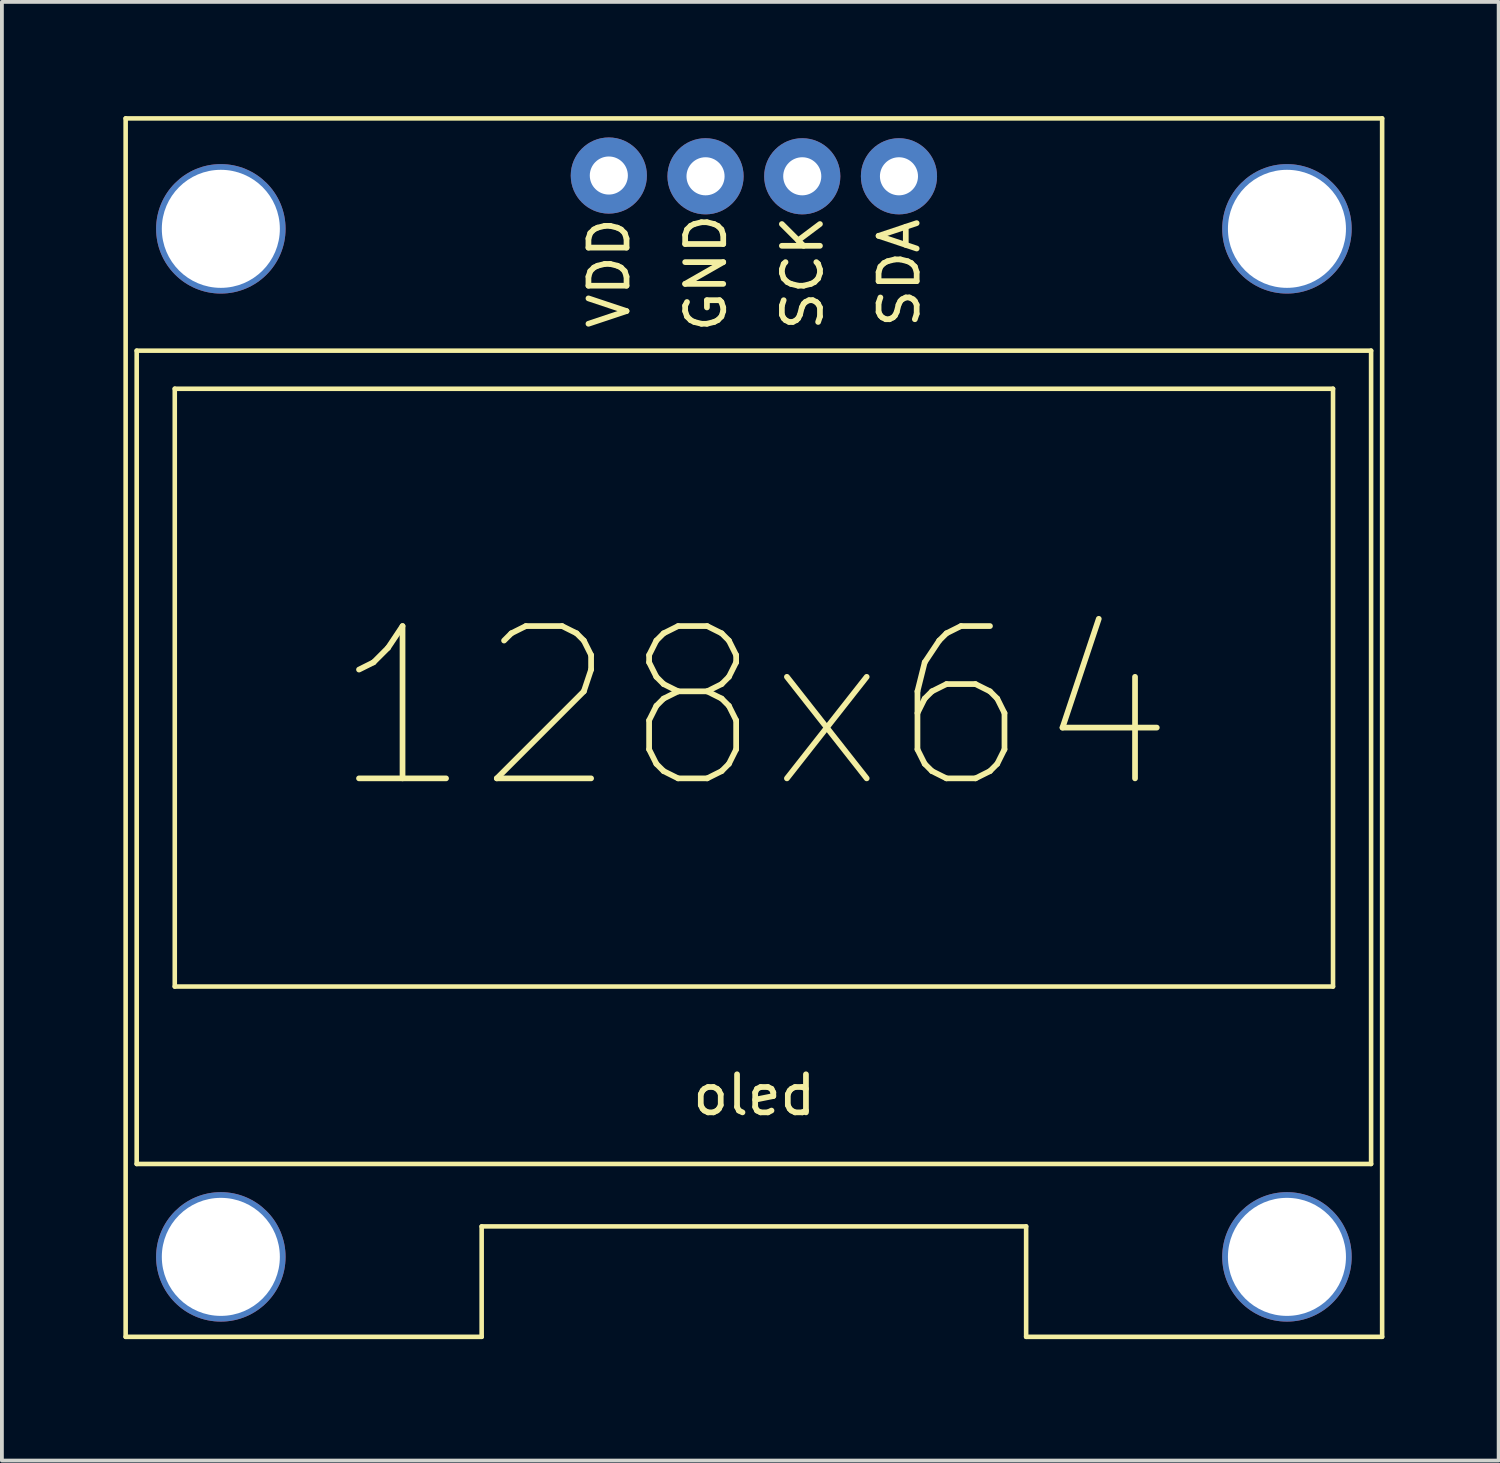
<source format=kicad_pcb>
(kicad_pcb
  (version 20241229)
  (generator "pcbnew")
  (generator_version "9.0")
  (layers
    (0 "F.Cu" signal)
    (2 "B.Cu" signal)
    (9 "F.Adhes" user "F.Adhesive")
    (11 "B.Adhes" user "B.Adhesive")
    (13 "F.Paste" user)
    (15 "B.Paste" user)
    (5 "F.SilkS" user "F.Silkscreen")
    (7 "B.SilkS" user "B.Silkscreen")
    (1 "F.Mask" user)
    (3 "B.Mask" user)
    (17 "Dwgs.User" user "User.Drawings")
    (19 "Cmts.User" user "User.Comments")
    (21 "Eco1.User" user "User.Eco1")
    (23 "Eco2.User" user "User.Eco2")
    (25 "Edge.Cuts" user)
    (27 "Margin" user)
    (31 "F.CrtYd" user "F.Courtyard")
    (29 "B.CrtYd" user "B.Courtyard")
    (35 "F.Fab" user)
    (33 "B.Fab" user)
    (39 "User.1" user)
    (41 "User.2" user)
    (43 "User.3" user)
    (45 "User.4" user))
  (footprint "oled"
    (layer "F.Cu")
    (at 0.25 32.06)
    (property "Reference" "oled" (at 16.51 -6.35 0) (layer "F.SilkS") (effects (font (size 1 1) (thickness 0.15))))
    (attr through_hole)
    (fp_line (start 0 -32) (end 0 0) (stroke (width 0.12) (type solid)) (layer "F.SilkS"))
    (fp_line (start 0 0) (end 9.35 0) (stroke (width 0.12) (type solid)) (layer "F.SilkS"))
    (fp_line (start 0.29 -25.9) (end 0.29 -4.54) (stroke (width 0.12) (type solid)) (layer "F.SilkS"))
    (fp_line (start 0.29 -4.54) (end 32.71 -4.54) (stroke (width 0.12) (type solid)) (layer "F.SilkS"))
    (fp_line (start 1.29 -24.9) (end 1.29 -9.2) (stroke (width 0.12) (type solid)) (layer "F.SilkS"))
    (fp_line (start 1.29 -9.2) (end 31.71 -9.2) (stroke (width 0.12) (type solid)) (layer "F.SilkS"))
    (fp_line (start 9.35 -2.9) (end 23.65 -2.9) (stroke (width 0.12) (type solid)) (layer "F.SilkS"))
    (fp_line (start 9.35 0) (end 9.35 -2.9) (stroke (width 0.12) (type solid)) (layer "F.SilkS"))
    (fp_line (start 23.65 -2.9) (end 23.65 0) (stroke (width 0.12) (type solid)) (layer "F.SilkS"))
    (fp_line (start 23.65 0) (end 33 0) (stroke (width 0.12) (type solid)) (layer "F.SilkS"))
    (fp_line (start 31.71 -24.9) (end 1.29 -24.9) (stroke (width 0.12) (type solid)) (layer "F.SilkS"))
    (fp_line (start 31.71 -9.2) (end 31.71 -24.9) (stroke (width 0.12) (type solid)) (layer "F.SilkS"))
    (fp_line (start 32.71 -25.9) (end 0.29 -25.9) (stroke (width 0.12) (type solid)) (layer "F.SilkS"))
    (fp_line (start 32.71 -4.54) (end 32.71 -25.9) (stroke (width 0.12) (type solid)) (layer "F.SilkS"))
    (fp_line (start 33 -32) (end 0 -32) (stroke (width 0.12) (type solid)) (layer "F.SilkS"))
    (fp_line (start 33 0) (end 33 -32) (stroke (width 0.12) (type solid)) (layer "F.SilkS"))
    (fp_text user "128x64" (at 16.51 -16.51 0) (layer "F.SilkS") (effects (font (size 4 4) (thickness 0.15))))
    (fp_text user "VDD" (at 12.7 -27.94 90) (layer "F.SilkS") (effects (font (size 1 1) (thickness 0.15))))
    (fp_text user "SDA" (at 20.32 -27.94 90) (layer "F.SilkS") (effects (font (size 1 1) (thickness 0.15))))
    (fp_text user "GND" (at 15.24 -27.94 90) (layer "F.SilkS") (effects (font (size 1 1) (thickness 0.15))))
    (fp_text user "SCK" (at 17.78 -27.94 90) (layer "F.SilkS") (effects (font (size 1 1) (thickness 0.15))))
    (pad "" thru_hole circle (at 2.5 -29.1) (size 3.4 3.4) (drill 3.1) (layers "*.Cu" "*.Mask"))
    (pad "" thru_hole circle (at 2.5 -2.1) (size 3.4 3.4) (drill 3.1) (layers "*.Cu" "*.Mask"))
    (pad "" thru_hole circle (at 30.5 -29.1) (size 3.4 3.4) (drill 3.1) (layers "*.Cu" "*.Mask"))
    (pad "" thru_hole circle (at 30.5 -2.1) (size 3.4 3.4) (drill 3.1) (layers "*.Cu" "*.Mask"))
    (pad "1" thru_hole circle (at 12.69 -30.5) (size 2 2) (drill 1) (layers "*.Cu" "*.Mask"))
    (pad "2" thru_hole circle (at 15.23 -30.48) (size 2 2) (drill 1) (layers "*.Cu" "*.Mask"))
    (pad "3" thru_hole circle (at 17.77 -30.48) (size 2 2) (drill 1) (layers "*.Cu" "*.Mask"))
    (pad "4" thru_hole circle (at 20.31 -30.48) (size 2 2) (drill 1) (layers "*.Cu" "*.Mask")))
  (gr_rect
    (start -3 -3)
    (end 36.31 35.31)
    (stroke (width 0.1) (type default))
    (fill no)
    (layer "Edge.Cuts")))
</source>
